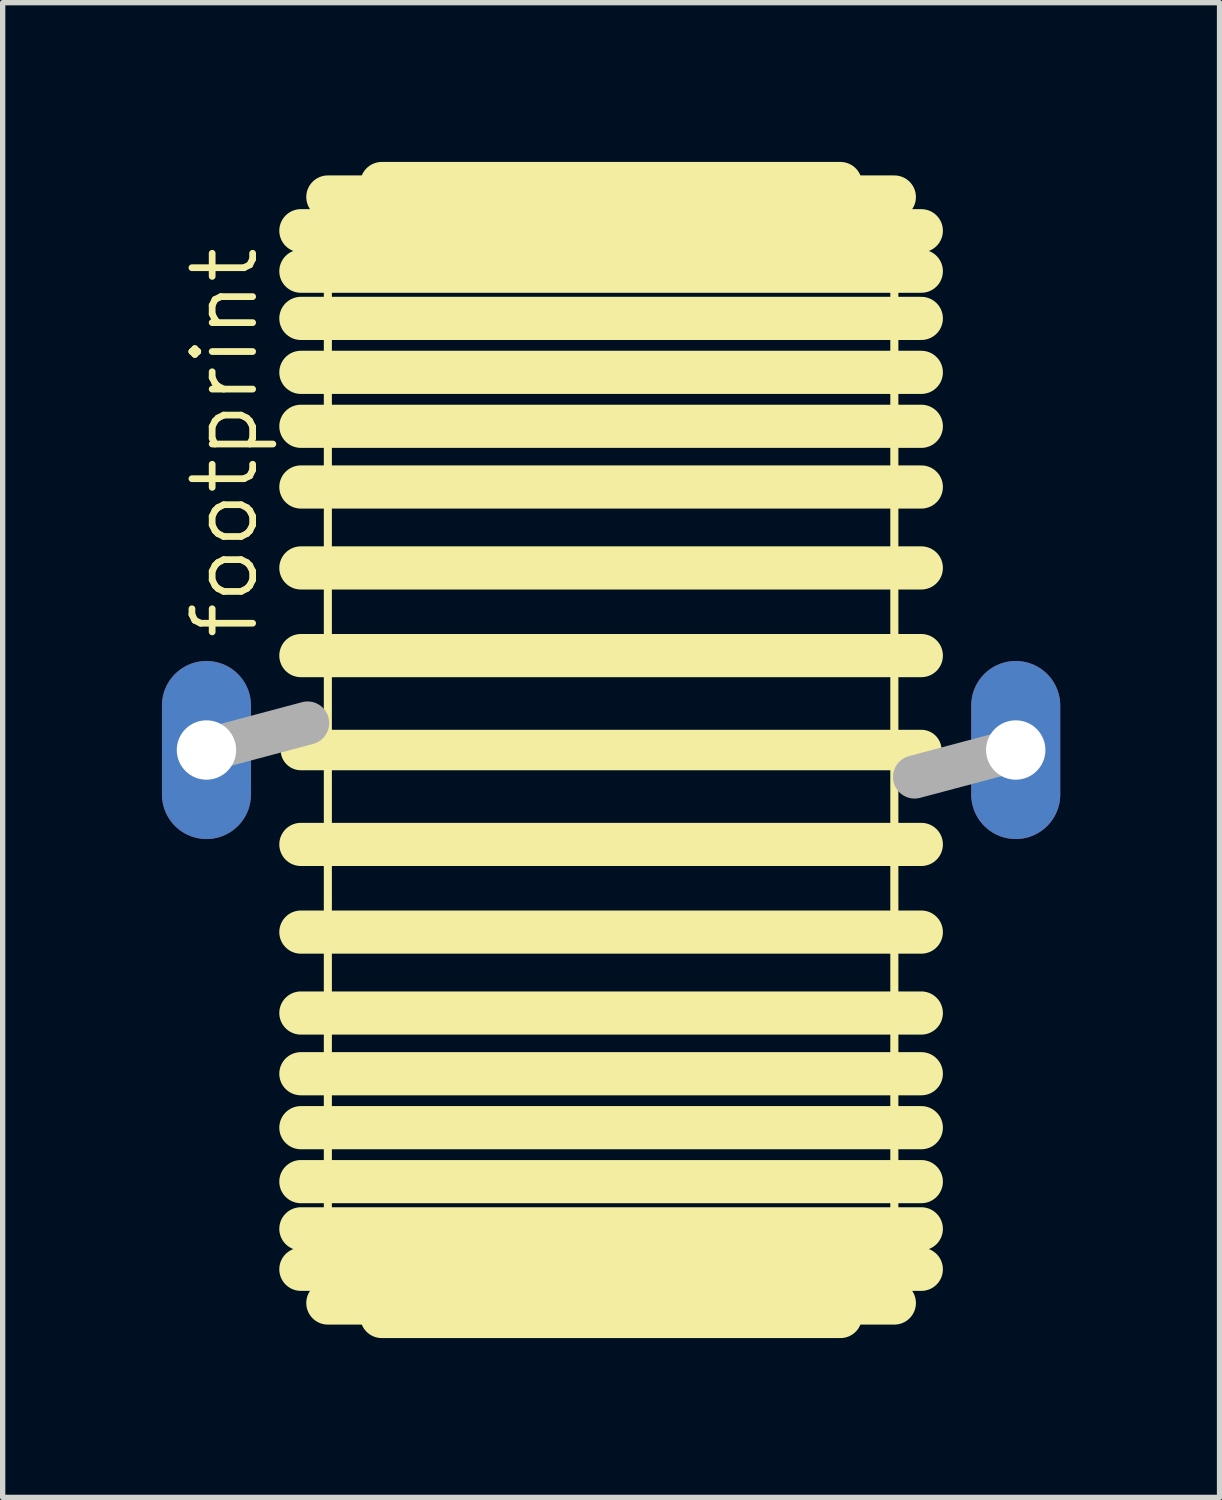
<source format=kicad_pcb>
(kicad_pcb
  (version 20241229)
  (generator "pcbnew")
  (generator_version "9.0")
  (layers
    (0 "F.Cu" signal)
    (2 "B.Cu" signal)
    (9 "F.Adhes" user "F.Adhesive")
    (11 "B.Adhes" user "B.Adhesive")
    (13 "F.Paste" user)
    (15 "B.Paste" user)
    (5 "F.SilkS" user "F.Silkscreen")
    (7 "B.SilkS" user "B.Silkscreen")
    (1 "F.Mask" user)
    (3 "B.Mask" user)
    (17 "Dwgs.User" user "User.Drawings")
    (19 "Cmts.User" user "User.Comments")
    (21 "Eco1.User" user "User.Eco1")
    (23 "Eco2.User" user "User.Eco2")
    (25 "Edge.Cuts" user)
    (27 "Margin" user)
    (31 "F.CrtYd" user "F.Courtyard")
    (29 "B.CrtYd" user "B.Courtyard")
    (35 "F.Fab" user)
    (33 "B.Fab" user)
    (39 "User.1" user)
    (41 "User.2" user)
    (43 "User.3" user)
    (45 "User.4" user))
  (footprint "footprint"
    (layer "F.Cu")
    (at 8.458 11.074)
    (property "Reference" "footprint" (at -6.604 -2.032 90) (layer "F.SilkS") (effects (font (size 1.143 1.143) (thickness 0.127)) (justify left bottom)))
    (fp_line (start -5.842 -9.779) (end 5.842 -9.779) (stroke (width 0.813) (type solid)) (layer "F.SilkS"))
    (fp_line (start -5.842 -9.017) (end 5.842 -9.017) (stroke (width 0.813) (type solid)) (layer "F.SilkS"))
    (fp_line (start -5.842 -8.128) (end 5.842 -8.128) (stroke (width 0.813) (type solid)) (layer "F.SilkS"))
    (fp_line (start -5.842 -7.112) (end 5.842 -7.112) (stroke (width 0.813) (type solid)) (layer "F.SilkS"))
    (fp_line (start -5.842 -6.096) (end 5.842 -6.096) (stroke (width 0.813) (type solid)) (layer "F.SilkS"))
    (fp_line (start -5.842 -4.953) (end 5.842 -4.953) (stroke (width 0.813) (type solid)) (layer "F.SilkS"))
    (fp_line (start -5.842 -3.429) (end 5.842 -3.429) (stroke (width 0.813) (type solid)) (layer "F.SilkS"))
    (fp_line (start -5.842 -1.778) (end 5.842 -1.778) (stroke (width 0.813) (type solid)) (layer "F.SilkS"))
    (fp_line (start -5.842 0) (end 5.842 0) (stroke (width 0.762) (type solid)) (layer "F.SilkS"))
    (fp_line (start -5.334 -10.414) (end 5.334 -10.414) (stroke (width 0.813) (type solid)) (layer "F.SilkS"))
    (fp_line (start -5.334 10.414) (end -5.334 -10.414) (stroke (width 0.152) (type solid)) (layer "F.SilkS"))
    (fp_line (start -5.334 10.414) (end 5.334 10.414) (stroke (width 0.813) (type solid)) (layer "F.SilkS"))
    (fp_line (start -4.318 -10.668) (end 4.318 -10.668) (stroke (width 0.813) (type solid)) (layer "F.SilkS"))
    (fp_line (start -4.318 10.668) (end 4.318 10.668) (stroke (width 0.813) (type solid)) (layer "F.SilkS"))
    (fp_line (start 5.334 -10.414) (end 5.334 10.414) (stroke (width 0.152) (type solid)) (layer "F.SilkS"))
    (fp_line (start 5.842 1.778) (end -5.842 1.778) (stroke (width 0.813) (type solid)) (layer "F.SilkS"))
    (fp_line (start 5.842 3.429) (end -5.842 3.429) (stroke (width 0.813) (type solid)) (layer "F.SilkS"))
    (fp_line (start 5.842 4.953) (end -5.842 4.953) (stroke (width 0.813) (type solid)) (layer "F.SilkS"))
    (fp_line (start 5.842 6.096) (end -5.842 6.096) (stroke (width 0.813) (type solid)) (layer "F.SilkS"))
    (fp_line (start 5.842 7.112) (end -5.842 7.112) (stroke (width 0.813) (type solid)) (layer "F.SilkS"))
    (fp_line (start 5.842 8.128) (end -5.842 8.128) (stroke (width 0.813) (type solid)) (layer "F.SilkS"))
    (fp_line (start 5.842 9.017) (end -5.842 9.017) (stroke (width 0.813) (type solid)) (layer "F.SilkS"))
    (fp_line (start 5.842 9.779) (end -5.842 9.779) (stroke (width 0.813) (type solid)) (layer "F.SilkS"))
    (fp_line (start -7.62 0) (end -5.715 -0.508) (stroke (width 0.813) (type solid)) (layer "F.Fab"))
    (fp_line (start 5.715 0.508) (end 7.62 0) (stroke (width 0.813) (type solid)) (layer "F.Fab"))
    (pad "1" thru_hole oval (at -7.62 0 90) (size 3.353 1.676) (drill 1.118) (layers "*.Cu" "*.Mask"))
    (pad "2" thru_hole oval (at 7.62 0 90) (size 3.353 1.676) (drill 1.118) (layers "*.Cu" "*.Mask")))
  (gr_rect
    (start -3 -3)
    (end 19.916 25.149)
    (stroke (width 0.1) (type default))
    (fill no)
    (layer "Edge.Cuts")))
</source>
